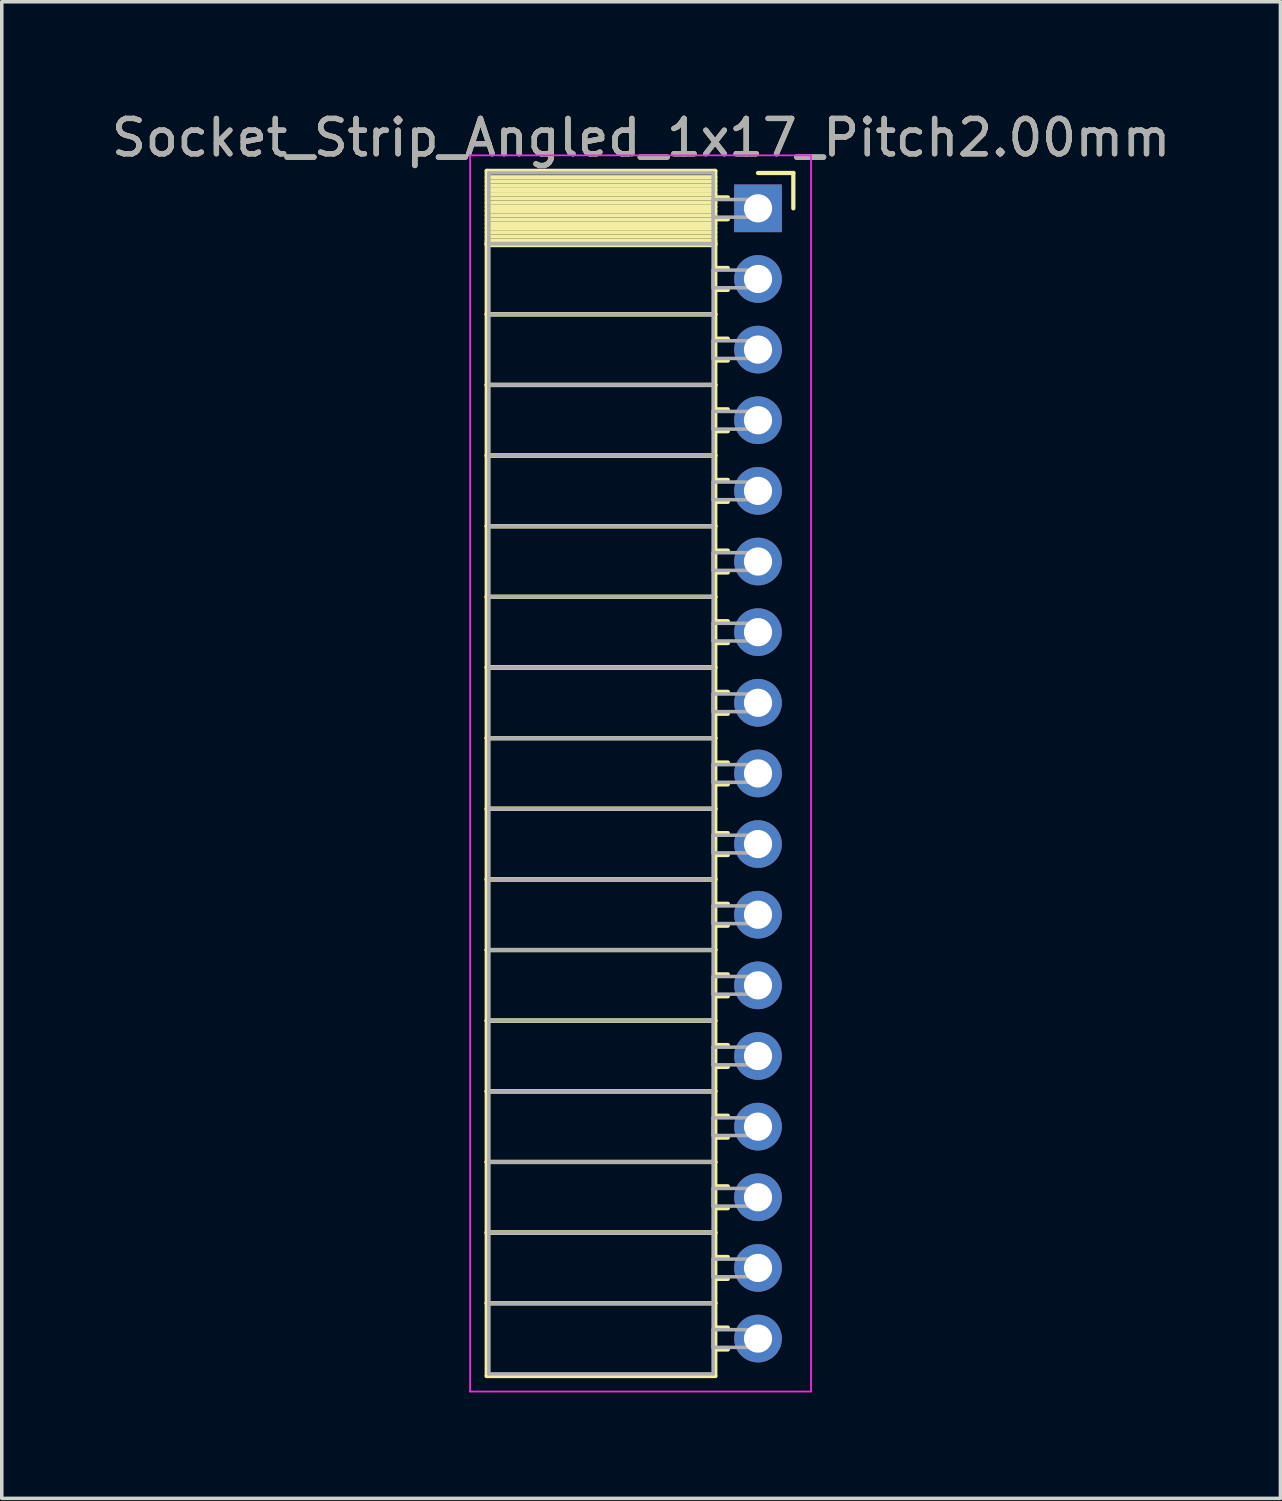
<source format=kicad_pcb>
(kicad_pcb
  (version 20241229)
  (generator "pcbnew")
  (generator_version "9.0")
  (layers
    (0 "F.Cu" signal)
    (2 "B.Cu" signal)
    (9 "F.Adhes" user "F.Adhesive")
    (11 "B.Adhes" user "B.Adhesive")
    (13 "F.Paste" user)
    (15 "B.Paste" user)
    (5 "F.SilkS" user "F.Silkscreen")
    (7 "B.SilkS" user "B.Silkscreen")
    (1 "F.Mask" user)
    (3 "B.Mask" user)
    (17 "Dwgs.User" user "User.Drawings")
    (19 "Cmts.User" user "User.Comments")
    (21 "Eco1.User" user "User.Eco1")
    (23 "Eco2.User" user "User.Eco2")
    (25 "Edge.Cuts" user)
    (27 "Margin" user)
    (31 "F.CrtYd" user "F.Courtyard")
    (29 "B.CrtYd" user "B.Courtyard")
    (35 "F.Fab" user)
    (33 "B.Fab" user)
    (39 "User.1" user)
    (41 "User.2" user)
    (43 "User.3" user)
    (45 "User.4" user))
  (footprint "Socket_Strip_Angled_1x17_Pitch2.00mm"
    (layer "F.Cu")
    (at 18.411 2.848)
    (property "Reference" "Socket_Strip_Angled_1x17_Pitch2.00mm" (at -3.31 -2 0) (layer "F.SilkS") (effects (font (size 1 1) (thickness 0.15))))
    (attr through_hole)
    (fp_line (start -7.68 -1.06) (end -1.21 -1.06) (stroke (width 0.12) (type solid)) (layer "F.SilkS"))
    (fp_line (start -7.68 1) (end -7.68 -1.06) (stroke (width 0.12) (type solid)) (layer "F.SilkS"))
    (fp_line (start -7.68 1) (end -1.21 1) (stroke (width 0.12) (type solid)) (layer "F.SilkS"))
    (fp_line (start -7.68 3) (end -7.68 1) (stroke (width 0.12) (type solid)) (layer "F.SilkS"))
    (fp_line (start -7.68 3) (end -1.21 3) (stroke (width 0.12) (type solid)) (layer "F.SilkS"))
    (fp_line (start -7.68 5) (end -7.68 3) (stroke (width 0.12) (type solid)) (layer "F.SilkS"))
    (fp_line (start -7.68 5) (end -1.21 5) (stroke (width 0.12) (type solid)) (layer "F.SilkS"))
    (fp_line (start -7.68 7) (end -7.68 5) (stroke (width 0.12) (type solid)) (layer "F.SilkS"))
    (fp_line (start -7.68 7) (end -1.21 7) (stroke (width 0.12) (type solid)) (layer "F.SilkS"))
    (fp_line (start -7.68 9) (end -7.68 7) (stroke (width 0.12) (type solid)) (layer "F.SilkS"))
    (fp_line (start -7.68 9) (end -1.21 9) (stroke (width 0.12) (type solid)) (layer "F.SilkS"))
    (fp_line (start -7.68 11) (end -7.68 9) (stroke (width 0.12) (type solid)) (layer "F.SilkS"))
    (fp_line (start -7.68 11) (end -1.21 11) (stroke (width 0.12) (type solid)) (layer "F.SilkS"))
    (fp_line (start -7.68 13) (end -7.68 11) (stroke (width 0.12) (type solid)) (layer "F.SilkS"))
    (fp_line (start -7.68 13) (end -1.21 13) (stroke (width 0.12) (type solid)) (layer "F.SilkS"))
    (fp_line (start -7.68 15) (end -7.68 13) (stroke (width 0.12) (type solid)) (layer "F.SilkS"))
    (fp_line (start -7.68 15) (end -1.21 15) (stroke (width 0.12) (type solid)) (layer "F.SilkS"))
    (fp_line (start -7.68 17) (end -7.68 15) (stroke (width 0.12) (type solid)) (layer "F.SilkS"))
    (fp_line (start -7.68 17) (end -1.21 17) (stroke (width 0.12) (type solid)) (layer "F.SilkS"))
    (fp_line (start -7.68 19) (end -7.68 17) (stroke (width 0.12) (type solid)) (layer "F.SilkS"))
    (fp_line (start -7.68 19) (end -1.21 19) (stroke (width 0.12) (type solid)) (layer "F.SilkS"))
    (fp_line (start -7.68 21) (end -7.68 19) (stroke (width 0.12) (type solid)) (layer "F.SilkS"))
    (fp_line (start -7.68 21) (end -1.21 21) (stroke (width 0.12) (type solid)) (layer "F.SilkS"))
    (fp_line (start -7.68 23) (end -7.68 21) (stroke (width 0.12) (type solid)) (layer "F.SilkS"))
    (fp_line (start -7.68 23) (end -1.21 23) (stroke (width 0.12) (type solid)) (layer "F.SilkS"))
    (fp_line (start -7.68 25) (end -7.68 23) (stroke (width 0.12) (type solid)) (layer "F.SilkS"))
    (fp_line (start -7.68 25) (end -1.21 25) (stroke (width 0.12) (type solid)) (layer "F.SilkS"))
    (fp_line (start -7.68 27) (end -7.68 25) (stroke (width 0.12) (type solid)) (layer "F.SilkS"))
    (fp_line (start -7.68 27) (end -1.21 27) (stroke (width 0.12) (type solid)) (layer "F.SilkS"))
    (fp_line (start -7.68 29) (end -7.68 27) (stroke (width 0.12) (type solid)) (layer "F.SilkS"))
    (fp_line (start -7.68 29) (end -1.21 29) (stroke (width 0.12) (type solid)) (layer "F.SilkS"))
    (fp_line (start -7.68 31) (end -7.68 29) (stroke (width 0.12) (type solid)) (layer "F.SilkS"))
    (fp_line (start -7.68 31) (end -1.21 31) (stroke (width 0.12) (type solid)) (layer "F.SilkS"))
    (fp_line (start -7.68 33.06) (end -7.68 31) (stroke (width 0.12) (type solid)) (layer "F.SilkS"))
    (fp_line (start -1.21 -1.06) (end -1.21 1) (stroke (width 0.12) (type solid)) (layer "F.SilkS"))
    (fp_line (start -1.21 -0.88) (end -7.68 -0.88) (stroke (width 0.12) (type solid)) (layer "F.SilkS"))
    (fp_line (start -1.21 -0.76) (end -7.68 -0.76) (stroke (width 0.12) (type solid)) (layer "F.SilkS"))
    (fp_line (start -1.21 -0.64) (end -7.68 -0.64) (stroke (width 0.12) (type solid)) (layer "F.SilkS"))
    (fp_line (start -1.21 -0.52) (end -7.68 -0.52) (stroke (width 0.12) (type solid)) (layer "F.SilkS"))
    (fp_line (start -1.21 -0.4) (end -7.68 -0.4) (stroke (width 0.12) (type solid)) (layer "F.SilkS"))
    (fp_line (start -1.21 -0.28) (end -7.68 -0.28) (stroke (width 0.12) (type solid)) (layer "F.SilkS"))
    (fp_line (start -1.21 -0.16) (end -7.68 -0.16) (stroke (width 0.12) (type solid)) (layer "F.SilkS"))
    (fp_line (start -1.21 -0.04) (end -7.68 -0.04) (stroke (width 0.12) (type solid)) (layer "F.SilkS"))
    (fp_line (start -1.21 0.08) (end -7.68 0.08) (stroke (width 0.12) (type solid)) (layer "F.SilkS"))
    (fp_line (start -1.21 0.2) (end -7.68 0.2) (stroke (width 0.12) (type solid)) (layer "F.SilkS"))
    (fp_line (start -1.21 0.32) (end -7.68 0.32) (stroke (width 0.12) (type solid)) (layer "F.SilkS"))
    (fp_line (start -1.21 0.44) (end -7.68 0.44) (stroke (width 0.12) (type solid)) (layer "F.SilkS"))
    (fp_line (start -1.21 0.56) (end -7.68 0.56) (stroke (width 0.12) (type solid)) (layer "F.SilkS"))
    (fp_line (start -1.21 0.68) (end -7.68 0.68) (stroke (width 0.12) (type solid)) (layer "F.SilkS"))
    (fp_line (start -1.21 0.8) (end -7.68 0.8) (stroke (width 0.12) (type solid)) (layer "F.SilkS"))
    (fp_line (start -1.21 0.92) (end -7.68 0.92) (stroke (width 0.12) (type solid)) (layer "F.SilkS"))
    (fp_line (start -1.21 1) (end -7.68 1) (stroke (width 0.12) (type solid)) (layer "F.SilkS"))
    (fp_line (start -1.21 1) (end -1.21 3) (stroke (width 0.12) (type solid)) (layer "F.SilkS"))
    (fp_line (start -1.21 1.04) (end -7.68 1.04) (stroke (width 0.12) (type solid)) (layer "F.SilkS"))
    (fp_line (start -1.21 3) (end -7.68 3) (stroke (width 0.12) (type solid)) (layer "F.SilkS"))
    (fp_line (start -1.21 3) (end -1.21 5) (stroke (width 0.12) (type solid)) (layer "F.SilkS"))
    (fp_line (start -1.21 5) (end -7.68 5) (stroke (width 0.12) (type solid)) (layer "F.SilkS"))
    (fp_line (start -1.21 5) (end -1.21 7) (stroke (width 0.12) (type solid)) (layer "F.SilkS"))
    (fp_line (start -1.21 7) (end -7.68 7) (stroke (width 0.12) (type solid)) (layer "F.SilkS"))
    (fp_line (start -1.21 7) (end -1.21 9) (stroke (width 0.12) (type solid)) (layer "F.SilkS"))
    (fp_line (start -1.21 9) (end -7.68 9) (stroke (width 0.12) (type solid)) (layer "F.SilkS"))
    (fp_line (start -1.21 9) (end -1.21 11) (stroke (width 0.12) (type solid)) (layer "F.SilkS"))
    (fp_line (start -1.21 11) (end -7.68 11) (stroke (width 0.12) (type solid)) (layer "F.SilkS"))
    (fp_line (start -1.21 11) (end -1.21 13) (stroke (width 0.12) (type solid)) (layer "F.SilkS"))
    (fp_line (start -1.21 13) (end -7.68 13) (stroke (width 0.12) (type solid)) (layer "F.SilkS"))
    (fp_line (start -1.21 13) (end -1.21 15) (stroke (width 0.12) (type solid)) (layer "F.SilkS"))
    (fp_line (start -1.21 15) (end -7.68 15) (stroke (width 0.12) (type solid)) (layer "F.SilkS"))
    (fp_line (start -1.21 15) (end -1.21 17) (stroke (width 0.12) (type solid)) (layer "F.SilkS"))
    (fp_line (start -1.21 17) (end -7.68 17) (stroke (width 0.12) (type solid)) (layer "F.SilkS"))
    (fp_line (start -1.21 17) (end -1.21 19) (stroke (width 0.12) (type solid)) (layer "F.SilkS"))
    (fp_line (start -1.21 19) (end -7.68 19) (stroke (width 0.12) (type solid)) (layer "F.SilkS"))
    (fp_line (start -1.21 19) (end -1.21 21) (stroke (width 0.12) (type solid)) (layer "F.SilkS"))
    (fp_line (start -1.21 21) (end -7.68 21) (stroke (width 0.12) (type solid)) (layer "F.SilkS"))
    (fp_line (start -1.21 21) (end -1.21 23) (stroke (width 0.12) (type solid)) (layer "F.SilkS"))
    (fp_line (start -1.21 23) (end -7.68 23) (stroke (width 0.12) (type solid)) (layer "F.SilkS"))
    (fp_line (start -1.21 23) (end -1.21 25) (stroke (width 0.12) (type solid)) (layer "F.SilkS"))
    (fp_line (start -1.21 25) (end -7.68 25) (stroke (width 0.12) (type solid)) (layer "F.SilkS"))
    (fp_line (start -1.21 25) (end -1.21 27) (stroke (width 0.12) (type solid)) (layer "F.SilkS"))
    (fp_line (start -1.21 27) (end -7.68 27) (stroke (width 0.12) (type solid)) (layer "F.SilkS"))
    (fp_line (start -1.21 27) (end -1.21 29) (stroke (width 0.12) (type solid)) (layer "F.SilkS"))
    (fp_line (start -1.21 29) (end -7.68 29) (stroke (width 0.12) (type solid)) (layer "F.SilkS"))
    (fp_line (start -1.21 29) (end -1.21 31) (stroke (width 0.12) (type solid)) (layer "F.SilkS"))
    (fp_line (start -1.21 31) (end -7.68 31) (stroke (width 0.12) (type solid)) (layer "F.SilkS"))
    (fp_line (start -1.21 31) (end -1.21 33.06) (stroke (width 0.12) (type solid)) (layer "F.SilkS"))
    (fp_line (start -1.21 33.06) (end -7.68 33.06) (stroke (width 0.12) (type solid)) (layer "F.SilkS"))
    (fp_line (start -0.855 -0.31) (end -1.21 -0.31) (stroke (width 0.12) (type solid)) (layer "F.SilkS"))
    (fp_line (start -0.855 0.31) (end -1.21 0.31) (stroke (width 0.12) (type solid)) (layer "F.SilkS"))
    (fp_line (start -0.855 1.69) (end -1.21 1.69) (stroke (width 0.12) (type solid)) (layer "F.SilkS"))
    (fp_line (start -0.855 2.31) (end -1.21 2.31) (stroke (width 0.12) (type solid)) (layer "F.SilkS"))
    (fp_line (start -0.855 3.69) (end -1.21 3.69) (stroke (width 0.12) (type solid)) (layer "F.SilkS"))
    (fp_line (start -0.855 4.31) (end -1.21 4.31) (stroke (width 0.12) (type solid)) (layer "F.SilkS"))
    (fp_line (start -0.855 5.69) (end -1.21 5.69) (stroke (width 0.12) (type solid)) (layer "F.SilkS"))
    (fp_line (start -0.855 6.31) (end -1.21 6.31) (stroke (width 0.12) (type solid)) (layer "F.SilkS"))
    (fp_line (start -0.855 7.69) (end -1.21 7.69) (stroke (width 0.12) (type solid)) (layer "F.SilkS"))
    (fp_line (start -0.855 8.31) (end -1.21 8.31) (stroke (width 0.12) (type solid)) (layer "F.SilkS"))
    (fp_line (start -0.855 9.69) (end -1.21 9.69) (stroke (width 0.12) (type solid)) (layer "F.SilkS"))
    (fp_line (start -0.855 10.31) (end -1.21 10.31) (stroke (width 0.12) (type solid)) (layer "F.SilkS"))
    (fp_line (start -0.855 11.69) (end -1.21 11.69) (stroke (width 0.12) (type solid)) (layer "F.SilkS"))
    (fp_line (start -0.855 12.31) (end -1.21 12.31) (stroke (width 0.12) (type solid)) (layer "F.SilkS"))
    (fp_line (start -0.855 13.69) (end -1.21 13.69) (stroke (width 0.12) (type solid)) (layer "F.SilkS"))
    (fp_line (start -0.855 14.31) (end -1.21 14.31) (stroke (width 0.12) (type solid)) (layer "F.SilkS"))
    (fp_line (start -0.855 15.69) (end -1.21 15.69) (stroke (width 0.12) (type solid)) (layer "F.SilkS"))
    (fp_line (start -0.855 16.31) (end -1.21 16.31) (stroke (width 0.12) (type solid)) (layer "F.SilkS"))
    (fp_line (start -0.855 17.69) (end -1.21 17.69) (stroke (width 0.12) (type solid)) (layer "F.SilkS"))
    (fp_line (start -0.855 18.31) (end -1.21 18.31) (stroke (width 0.12) (type solid)) (layer "F.SilkS"))
    (fp_line (start -0.855 19.69) (end -1.21 19.69) (stroke (width 0.12) (type solid)) (layer "F.SilkS"))
    (fp_line (start -0.855 20.31) (end -1.21 20.31) (stroke (width 0.12) (type solid)) (layer "F.SilkS"))
    (fp_line (start -0.855 21.69) (end -1.21 21.69) (stroke (width 0.12) (type solid)) (layer "F.SilkS"))
    (fp_line (start -0.855 22.31) (end -1.21 22.31) (stroke (width 0.12) (type solid)) (layer "F.SilkS"))
    (fp_line (start -0.855 23.69) (end -1.21 23.69) (stroke (width 0.12) (type solid)) (layer "F.SilkS"))
    (fp_line (start -0.855 24.31) (end -1.21 24.31) (stroke (width 0.12) (type solid)) (layer "F.SilkS"))
    (fp_line (start -0.855 25.69) (end -1.21 25.69) (stroke (width 0.12) (type solid)) (layer "F.SilkS"))
    (fp_line (start -0.855 26.31) (end -1.21 26.31) (stroke (width 0.12) (type solid)) (layer "F.SilkS"))
    (fp_line (start -0.855 27.69) (end -1.21 27.69) (stroke (width 0.12) (type solid)) (layer "F.SilkS"))
    (fp_line (start -0.855 28.31) (end -1.21 28.31) (stroke (width 0.12) (type solid)) (layer "F.SilkS"))
    (fp_line (start -0.855 29.69) (end -1.21 29.69) (stroke (width 0.12) (type solid)) (layer "F.SilkS"))
    (fp_line (start -0.855 30.31) (end -1.21 30.31) (stroke (width 0.12) (type solid)) (layer "F.SilkS"))
    (fp_line (start -0.855 31.69) (end -1.21 31.69) (stroke (width 0.12) (type solid)) (layer "F.SilkS"))
    (fp_line (start -0.855 32.31) (end -1.21 32.31) (stroke (width 0.12) (type solid)) (layer "F.SilkS"))
    (fp_line (start 0 -1) (end 1 -1) (stroke (width 0.12) (type solid)) (layer "F.SilkS"))
    (fp_line (start 1 -1) (end 1 0) (stroke (width 0.12) (type solid)) (layer "F.SilkS"))
    (fp_line (start -8.15 -1.5) (end 1.5 -1.5) (stroke (width 0.05) (type solid)) (layer "F.CrtYd"))
    (fp_line (start -8.15 33.5) (end -8.15 -1.5) (stroke (width 0.05) (type solid)) (layer "F.CrtYd"))
    (fp_line (start 1.5 -1.5) (end 1.5 33.5) (stroke (width 0.05) (type solid)) (layer "F.CrtYd"))
    (fp_line (start 1.5 33.5) (end -8.15 33.5) (stroke (width 0.05) (type solid)) (layer "F.CrtYd"))
    (fp_line (start -7.62 -1) (end -1.27 -1) (stroke (width 0.1) (type solid)) (layer "F.Fab"))
    (fp_line (start -7.62 1) (end -7.62 -1) (stroke (width 0.1) (type solid)) (layer "F.Fab"))
    (fp_line (start -7.62 1) (end -1.27 1) (stroke (width 0.1) (type solid)) (layer "F.Fab"))
    (fp_line (start -7.62 3) (end -7.62 1) (stroke (width 0.1) (type solid)) (layer "F.Fab"))
    (fp_line (start -7.62 3) (end -1.27 3) (stroke (width 0.1) (type solid)) (layer "F.Fab"))
    (fp_line (start -7.62 5) (end -7.62 3) (stroke (width 0.1) (type solid)) (layer "F.Fab"))
    (fp_line (start -7.62 5) (end -1.27 5) (stroke (width 0.1) (type solid)) (layer "F.Fab"))
    (fp_line (start -7.62 7) (end -7.62 5) (stroke (width 0.1) (type solid)) (layer "F.Fab"))
    (fp_line (start -7.62 7) (end -1.27 7) (stroke (width 0.1) (type solid)) (layer "F.Fab"))
    (fp_line (start -7.62 9) (end -7.62 7) (stroke (width 0.1) (type solid)) (layer "F.Fab"))
    (fp_line (start -7.62 9) (end -1.27 9) (stroke (width 0.1) (type solid)) (layer "F.Fab"))
    (fp_line (start -7.62 11) (end -7.62 9) (stroke (width 0.1) (type solid)) (layer "F.Fab"))
    (fp_line (start -7.62 11) (end -1.27 11) (stroke (width 0.1) (type solid)) (layer "F.Fab"))
    (fp_line (start -7.62 13) (end -7.62 11) (stroke (width 0.1) (type solid)) (layer "F.Fab"))
    (fp_line (start -7.62 13) (end -1.27 13) (stroke (width 0.1) (type solid)) (layer "F.Fab"))
    (fp_line (start -7.62 15) (end -7.62 13) (stroke (width 0.1) (type solid)) (layer "F.Fab"))
    (fp_line (start -7.62 15) (end -1.27 15) (stroke (width 0.1) (type solid)) (layer "F.Fab"))
    (fp_line (start -7.62 17) (end -7.62 15) (stroke (width 0.1) (type solid)) (layer "F.Fab"))
    (fp_line (start -7.62 17) (end -1.27 17) (stroke (width 0.1) (type solid)) (layer "F.Fab"))
    (fp_line (start -7.62 19) (end -7.62 17) (stroke (width 0.1) (type solid)) (layer "F.Fab"))
    (fp_line (start -7.62 19) (end -1.27 19) (stroke (width 0.1) (type solid)) (layer "F.Fab"))
    (fp_line (start -7.62 21) (end -7.62 19) (stroke (width 0.1) (type solid)) (layer "F.Fab"))
    (fp_line (start -7.62 21) (end -1.27 21) (stroke (width 0.1) (type solid)) (layer "F.Fab"))
    (fp_line (start -7.62 23) (end -7.62 21) (stroke (width 0.1) (type solid)) (layer "F.Fab"))
    (fp_line (start -7.62 23) (end -1.27 23) (stroke (width 0.1) (type solid)) (layer "F.Fab"))
    (fp_line (start -7.62 25) (end -7.62 23) (stroke (width 0.1) (type solid)) (layer "F.Fab"))
    (fp_line (start -7.62 25) (end -1.27 25) (stroke (width 0.1) (type solid)) (layer "F.Fab"))
    (fp_line (start -7.62 27) (end -7.62 25) (stroke (width 0.1) (type solid)) (layer "F.Fab"))
    (fp_line (start -7.62 27) (end -1.27 27) (stroke (width 0.1) (type solid)) (layer "F.Fab"))
    (fp_line (start -7.62 29) (end -7.62 27) (stroke (width 0.1) (type solid)) (layer "F.Fab"))
    (fp_line (start -7.62 29) (end -1.27 29) (stroke (width 0.1) (type solid)) (layer "F.Fab"))
    (fp_line (start -7.62 31) (end -7.62 29) (stroke (width 0.1) (type solid)) (layer "F.Fab"))
    (fp_line (start -7.62 31) (end -1.27 31) (stroke (width 0.1) (type solid)) (layer "F.Fab"))
    (fp_line (start -7.62 33) (end -7.62 31) (stroke (width 0.1) (type solid)) (layer "F.Fab"))
    (fp_line (start -1.27 -1) (end -1.27 1) (stroke (width 0.1) (type solid)) (layer "F.Fab"))
    (fp_line (start -1.27 -0.25) (end 0 -0.25) (stroke (width 0.1) (type solid)) (layer "F.Fab"))
    (fp_line (start -1.27 0.25) (end -1.27 -0.25) (stroke (width 0.1) (type solid)) (layer "F.Fab"))
    (fp_line (start -1.27 1) (end -7.62 1) (stroke (width 0.1) (type solid)) (layer "F.Fab"))
    (fp_line (start -1.27 1) (end -1.27 3) (stroke (width 0.1) (type solid)) (layer "F.Fab"))
    (fp_line (start -1.27 1.75) (end 0 1.75) (stroke (width 0.1) (type solid)) (layer "F.Fab"))
    (fp_line (start -1.27 2.25) (end -1.27 1.75) (stroke (width 0.1) (type solid)) (layer "F.Fab"))
    (fp_line (start -1.27 3) (end -7.62 3) (stroke (width 0.1) (type solid)) (layer "F.Fab"))
    (fp_line (start -1.27 3) (end -1.27 5) (stroke (width 0.1) (type solid)) (layer "F.Fab"))
    (fp_line (start -1.27 3.75) (end 0 3.75) (stroke (width 0.1) (type solid)) (layer "F.Fab"))
    (fp_line (start -1.27 4.25) (end -1.27 3.75) (stroke (width 0.1) (type solid)) (layer "F.Fab"))
    (fp_line (start -1.27 5) (end -7.62 5) (stroke (width 0.1) (type solid)) (layer "F.Fab"))
    (fp_line (start -1.27 5) (end -1.27 7) (stroke (width 0.1) (type solid)) (layer "F.Fab"))
    (fp_line (start -1.27 5.75) (end 0 5.75) (stroke (width 0.1) (type solid)) (layer "F.Fab"))
    (fp_line (start -1.27 6.25) (end -1.27 5.75) (stroke (width 0.1) (type solid)) (layer "F.Fab"))
    (fp_line (start -1.27 7) (end -7.62 7) (stroke (width 0.1) (type solid)) (layer "F.Fab"))
    (fp_line (start -1.27 7) (end -1.27 9) (stroke (width 0.1) (type solid)) (layer "F.Fab"))
    (fp_line (start -1.27 7.75) (end 0 7.75) (stroke (width 0.1) (type solid)) (layer "F.Fab"))
    (fp_line (start -1.27 8.25) (end -1.27 7.75) (stroke (width 0.1) (type solid)) (layer "F.Fab"))
    (fp_line (start -1.27 9) (end -7.62 9) (stroke (width 0.1) (type solid)) (layer "F.Fab"))
    (fp_line (start -1.27 9) (end -1.27 11) (stroke (width 0.1) (type solid)) (layer "F.Fab"))
    (fp_line (start -1.27 9.75) (end 0 9.75) (stroke (width 0.1) (type solid)) (layer "F.Fab"))
    (fp_line (start -1.27 10.25) (end -1.27 9.75) (stroke (width 0.1) (type solid)) (layer "F.Fab"))
    (fp_line (start -1.27 11) (end -7.62 11) (stroke (width 0.1) (type solid)) (layer "F.Fab"))
    (fp_line (start -1.27 11) (end -1.27 13) (stroke (width 0.1) (type solid)) (layer "F.Fab"))
    (fp_line (start -1.27 11.75) (end 0 11.75) (stroke (width 0.1) (type solid)) (layer "F.Fab"))
    (fp_line (start -1.27 12.25) (end -1.27 11.75) (stroke (width 0.1) (type solid)) (layer "F.Fab"))
    (fp_line (start -1.27 13) (end -7.62 13) (stroke (width 0.1) (type solid)) (layer "F.Fab"))
    (fp_line (start -1.27 13) (end -1.27 15) (stroke (width 0.1) (type solid)) (layer "F.Fab"))
    (fp_line (start -1.27 13.75) (end 0 13.75) (stroke (width 0.1) (type solid)) (layer "F.Fab"))
    (fp_line (start -1.27 14.25) (end -1.27 13.75) (stroke (width 0.1) (type solid)) (layer "F.Fab"))
    (fp_line (start -1.27 15) (end -7.62 15) (stroke (width 0.1) (type solid)) (layer "F.Fab"))
    (fp_line (start -1.27 15) (end -1.27 17) (stroke (width 0.1) (type solid)) (layer "F.Fab"))
    (fp_line (start -1.27 15.75) (end 0 15.75) (stroke (width 0.1) (type solid)) (layer "F.Fab"))
    (fp_line (start -1.27 16.25) (end -1.27 15.75) (stroke (width 0.1) (type solid)) (layer "F.Fab"))
    (fp_line (start -1.27 17) (end -7.62 17) (stroke (width 0.1) (type solid)) (layer "F.Fab"))
    (fp_line (start -1.27 17) (end -1.27 19) (stroke (width 0.1) (type solid)) (layer "F.Fab"))
    (fp_line (start -1.27 17.75) (end 0 17.75) (stroke (width 0.1) (type solid)) (layer "F.Fab"))
    (fp_line (start -1.27 18.25) (end -1.27 17.75) (stroke (width 0.1) (type solid)) (layer "F.Fab"))
    (fp_line (start -1.27 19) (end -7.62 19) (stroke (width 0.1) (type solid)) (layer "F.Fab"))
    (fp_line (start -1.27 19) (end -1.27 21) (stroke (width 0.1) (type solid)) (layer "F.Fab"))
    (fp_line (start -1.27 19.75) (end 0 19.75) (stroke (width 0.1) (type solid)) (layer "F.Fab"))
    (fp_line (start -1.27 20.25) (end -1.27 19.75) (stroke (width 0.1) (type solid)) (layer "F.Fab"))
    (fp_line (start -1.27 21) (end -7.62 21) (stroke (width 0.1) (type solid)) (layer "F.Fab"))
    (fp_line (start -1.27 21) (end -1.27 23) (stroke (width 0.1) (type solid)) (layer "F.Fab"))
    (fp_line (start -1.27 21.75) (end 0 21.75) (stroke (width 0.1) (type solid)) (layer "F.Fab"))
    (fp_line (start -1.27 22.25) (end -1.27 21.75) (stroke (width 0.1) (type solid)) (layer "F.Fab"))
    (fp_line (start -1.27 23) (end -7.62 23) (stroke (width 0.1) (type solid)) (layer "F.Fab"))
    (fp_line (start -1.27 23) (end -1.27 25) (stroke (width 0.1) (type solid)) (layer "F.Fab"))
    (fp_line (start -1.27 23.75) (end 0 23.75) (stroke (width 0.1) (type solid)) (layer "F.Fab"))
    (fp_line (start -1.27 24.25) (end -1.27 23.75) (stroke (width 0.1) (type solid)) (layer "F.Fab"))
    (fp_line (start -1.27 25) (end -7.62 25) (stroke (width 0.1) (type solid)) (layer "F.Fab"))
    (fp_line (start -1.27 25) (end -1.27 27) (stroke (width 0.1) (type solid)) (layer "F.Fab"))
    (fp_line (start -1.27 25.75) (end 0 25.75) (stroke (width 0.1) (type solid)) (layer "F.Fab"))
    (fp_line (start -1.27 26.25) (end -1.27 25.75) (stroke (width 0.1) (type solid)) (layer "F.Fab"))
    (fp_line (start -1.27 27) (end -7.62 27) (stroke (width 0.1) (type solid)) (layer "F.Fab"))
    (fp_line (start -1.27 27) (end -1.27 29) (stroke (width 0.1) (type solid)) (layer "F.Fab"))
    (fp_line (start -1.27 27.75) (end 0 27.75) (stroke (width 0.1) (type solid)) (layer "F.Fab"))
    (fp_line (start -1.27 28.25) (end -1.27 27.75) (stroke (width 0.1) (type solid)) (layer "F.Fab"))
    (fp_line (start -1.27 29) (end -7.62 29) (stroke (width 0.1) (type solid)) (layer "F.Fab"))
    (fp_line (start -1.27 29) (end -1.27 31) (stroke (width 0.1) (type solid)) (layer "F.Fab"))
    (fp_line (start -1.27 29.75) (end 0 29.75) (stroke (width 0.1) (type solid)) (layer "F.Fab"))
    (fp_line (start -1.27 30.25) (end -1.27 29.75) (stroke (width 0.1) (type solid)) (layer "F.Fab"))
    (fp_line (start -1.27 31) (end -7.62 31) (stroke (width 0.1) (type solid)) (layer "F.Fab"))
    (fp_line (start -1.27 31) (end -1.27 33) (stroke (width 0.1) (type solid)) (layer "F.Fab"))
    (fp_line (start -1.27 31.75) (end 0 31.75) (stroke (width 0.1) (type solid)) (layer "F.Fab"))
    (fp_line (start -1.27 32.25) (end -1.27 31.75) (stroke (width 0.1) (type solid)) (layer "F.Fab"))
    (fp_line (start -1.27 33) (end -7.62 33) (stroke (width 0.1) (type solid)) (layer "F.Fab"))
    (fp_line (start 0 -0.25) (end 0 0.25) (stroke (width 0.1) (type solid)) (layer "F.Fab"))
    (fp_line (start 0 0.25) (end -1.27 0.25) (stroke (width 0.1) (type solid)) (layer "F.Fab"))
    (fp_line (start 0 1.75) (end 0 2.25) (stroke (width 0.1) (type solid)) (layer "F.Fab"))
    (fp_line (start 0 2.25) (end -1.27 2.25) (stroke (width 0.1) (type solid)) (layer "F.Fab"))
    (fp_line (start 0 3.75) (end 0 4.25) (stroke (width 0.1) (type solid)) (layer "F.Fab"))
    (fp_line (start 0 4.25) (end -1.27 4.25) (stroke (width 0.1) (type solid)) (layer "F.Fab"))
    (fp_line (start 0 5.75) (end 0 6.25) (stroke (width 0.1) (type solid)) (layer "F.Fab"))
    (fp_line (start 0 6.25) (end -1.27 6.25) (stroke (width 0.1) (type solid)) (layer "F.Fab"))
    (fp_line (start 0 7.75) (end 0 8.25) (stroke (width 0.1) (type solid)) (layer "F.Fab"))
    (fp_line (start 0 8.25) (end -1.27 8.25) (stroke (width 0.1) (type solid)) (layer "F.Fab"))
    (fp_line (start 0 9.75) (end 0 10.25) (stroke (width 0.1) (type solid)) (layer "F.Fab"))
    (fp_line (start 0 10.25) (end -1.27 10.25) (stroke (width 0.1) (type solid)) (layer "F.Fab"))
    (fp_line (start 0 11.75) (end 0 12.25) (stroke (width 0.1) (type solid)) (layer "F.Fab"))
    (fp_line (start 0 12.25) (end -1.27 12.25) (stroke (width 0.1) (type solid)) (layer "F.Fab"))
    (fp_line (start 0 13.75) (end 0 14.25) (stroke (width 0.1) (type solid)) (layer "F.Fab"))
    (fp_line (start 0 14.25) (end -1.27 14.25) (stroke (width 0.1) (type solid)) (layer "F.Fab"))
    (fp_line (start 0 15.75) (end 0 16.25) (stroke (width 0.1) (type solid)) (layer "F.Fab"))
    (fp_line (start 0 16.25) (end -1.27 16.25) (stroke (width 0.1) (type solid)) (layer "F.Fab"))
    (fp_line (start 0 17.75) (end 0 18.25) (stroke (width 0.1) (type solid)) (layer "F.Fab"))
    (fp_line (start 0 18.25) (end -1.27 18.25) (stroke (width 0.1) (type solid)) (layer "F.Fab"))
    (fp_line (start 0 19.75) (end 0 20.25) (stroke (width 0.1) (type solid)) (layer "F.Fab"))
    (fp_line (start 0 20.25) (end -1.27 20.25) (stroke (width 0.1) (type solid)) (layer "F.Fab"))
    (fp_line (start 0 21.75) (end 0 22.25) (stroke (width 0.1) (type solid)) (layer "F.Fab"))
    (fp_line (start 0 22.25) (end -1.27 22.25) (stroke (width 0.1) (type solid)) (layer "F.Fab"))
    (fp_line (start 0 23.75) (end 0 24.25) (stroke (width 0.1) (type solid)) (layer "F.Fab"))
    (fp_line (start 0 24.25) (end -1.27 24.25) (stroke (width 0.1) (type solid)) (layer "F.Fab"))
    (fp_line (start 0 25.75) (end 0 26.25) (stroke (width 0.1) (type solid)) (layer "F.Fab"))
    (fp_line (start 0 26.25) (end -1.27 26.25) (stroke (width 0.1) (type solid)) (layer "F.Fab"))
    (fp_line (start 0 27.75) (end 0 28.25) (stroke (width 0.1) (type solid)) (layer "F.Fab"))
    (fp_line (start 0 28.25) (end -1.27 28.25) (stroke (width 0.1) (type solid)) (layer "F.Fab"))
    (fp_line (start 0 29.75) (end 0 30.25) (stroke (width 0.1) (type solid)) (layer "F.Fab"))
    (fp_line (start 0 30.25) (end -1.27 30.25) (stroke (width 0.1) (type solid)) (layer "F.Fab"))
    (fp_line (start 0 31.75) (end 0 32.25) (stroke (width 0.1) (type solid)) (layer "F.Fab"))
    (fp_line (start 0 32.25) (end -1.27 32.25) (stroke (width 0.1) (type solid)) (layer "F.Fab"))
    (fp_text user "${REFERENCE}" (at -3.31 -2 0) (layer "F.Fab") (effects (font (size 1 1) (thickness 0.15))))
    (pad "1" thru_hole rect (at 0 0) (size 1.35 1.35) (drill 0.8) (layers "*.Cu" "*.Mask"))
    (pad "2" thru_hole oval (at 0 2) (size 1.35 1.35) (drill 0.8) (layers "*.Cu" "*.Mask"))
    (pad "3" thru_hole oval (at 0 4) (size 1.35 1.35) (drill 0.8) (layers "*.Cu" "*.Mask"))
    (pad "4" thru_hole oval (at 0 6) (size 1.35 1.35) (drill 0.8) (layers "*.Cu" "*.Mask"))
    (pad "5" thru_hole oval (at 0 8) (size 1.35 1.35) (drill 0.8) (layers "*.Cu" "*.Mask"))
    (pad "6" thru_hole oval (at 0 10) (size 1.35 1.35) (drill 0.8) (layers "*.Cu" "*.Mask"))
    (pad "7" thru_hole oval (at 0 12) (size 1.35 1.35) (drill 0.8) (layers "*.Cu" "*.Mask"))
    (pad "8" thru_hole oval (at 0 14) (size 1.35 1.35) (drill 0.8) (layers "*.Cu" "*.Mask"))
    (pad "9" thru_hole oval (at 0 16) (size 1.35 1.35) (drill 0.8) (layers "*.Cu" "*.Mask"))
    (pad "10" thru_hole oval (at 0 18) (size 1.35 1.35) (drill 0.8) (layers "*.Cu" "*.Mask"))
    (pad "11" thru_hole oval (at 0 20) (size 1.35 1.35) (drill 0.8) (layers "*.Cu" "*.Mask"))
    (pad "12" thru_hole oval (at 0 22) (size 1.35 1.35) (drill 0.8) (layers "*.Cu" "*.Mask"))
    (pad "13" thru_hole oval (at 0 24) (size 1.35 1.35) (drill 0.8) (layers "*.Cu" "*.Mask"))
    (pad "14" thru_hole oval (at 0 26) (size 1.35 1.35) (drill 0.8) (layers "*.Cu" "*.Mask"))
    (pad "15" thru_hole oval (at 0 28) (size 1.35 1.35) (drill 0.8) (layers "*.Cu" "*.Mask"))
    (pad "16" thru_hole oval (at 0 30) (size 1.35 1.35) (drill 0.8) (layers "*.Cu" "*.Mask"))
    (pad "17" thru_hole oval (at 0 32) (size 1.35 1.35) (drill 0.8) (layers "*.Cu" "*.Mask")))
  (gr_rect
    (start -3 -3)
    (end 33.202 39.373)
    (stroke (width 0.1) (type default))
    (fill no)
    (layer "Edge.Cuts")))
</source>
